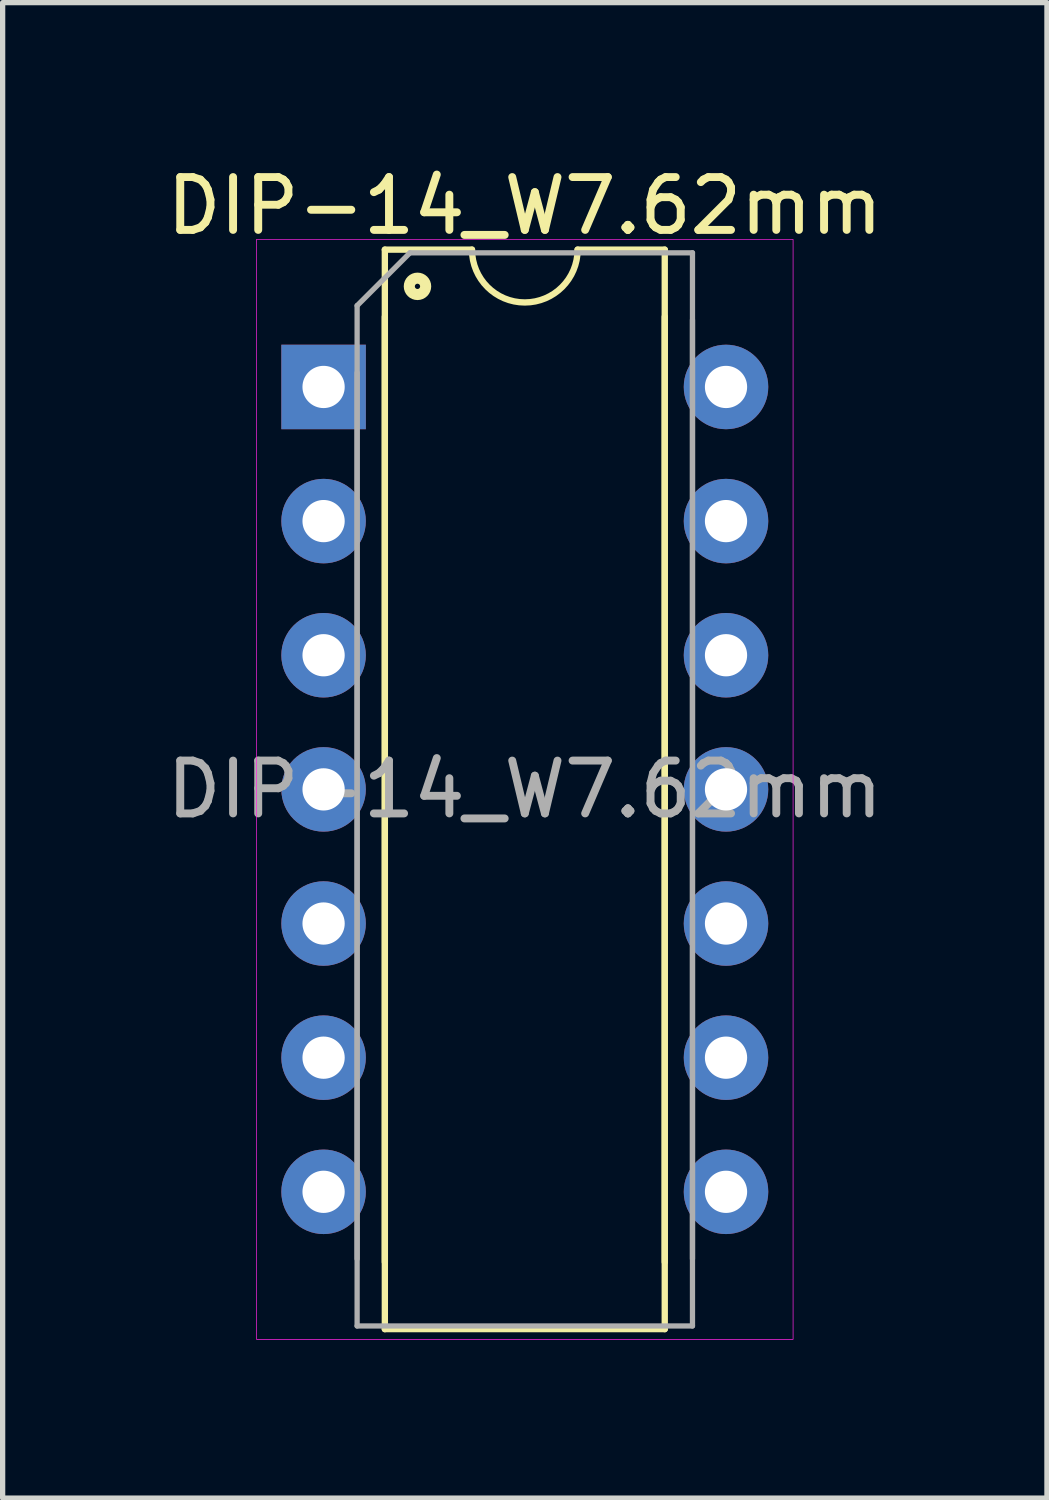
<source format=kicad_pcb>
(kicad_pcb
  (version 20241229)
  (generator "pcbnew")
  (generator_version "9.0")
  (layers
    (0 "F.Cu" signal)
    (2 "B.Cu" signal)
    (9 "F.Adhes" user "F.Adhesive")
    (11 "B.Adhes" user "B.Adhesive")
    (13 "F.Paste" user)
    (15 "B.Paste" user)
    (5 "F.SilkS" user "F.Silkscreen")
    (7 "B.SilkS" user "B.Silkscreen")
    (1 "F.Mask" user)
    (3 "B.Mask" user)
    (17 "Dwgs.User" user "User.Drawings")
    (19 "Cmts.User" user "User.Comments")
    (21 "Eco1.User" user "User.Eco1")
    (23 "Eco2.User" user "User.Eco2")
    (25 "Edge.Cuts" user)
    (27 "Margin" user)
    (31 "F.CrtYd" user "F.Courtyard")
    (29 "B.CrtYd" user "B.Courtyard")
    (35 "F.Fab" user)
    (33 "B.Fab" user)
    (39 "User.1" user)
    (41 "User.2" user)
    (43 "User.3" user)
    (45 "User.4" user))
  (footprint "DIP-14_W7.62mm"
    (layer "F.Cu")
    (at 3.077 4.277)
    (property "Reference" "DIP-14_W7.62mm" (at 3.81 -3.429 0) (layer "F.SilkS") (effects (font (size 1 1) (thickness 0.15))))
    (attr through_hole)
    (fp_line (start 1.16 -2.6) (end 1.16 17.84) (stroke (width 0.12) (type solid)) (layer "F.SilkS"))
    (fp_line (start 1.16 -1.33) (end 1.16 16.57) (stroke (width 0.12) (type solid)) (layer "F.SilkS"))
    (fp_line (start 1.16 17.84) (end 6.46 17.84) (stroke (width 0.12) (type solid)) (layer "F.SilkS"))
    (fp_line (start 2.81 -2.6) (end 1.16 -2.6) (stroke (width 0.12) (type solid)) (layer "F.SilkS"))
    (fp_line (start 6.46 -2.6) (end 4.81 -2.6) (stroke (width 0.12) (type solid)) (layer "F.SilkS"))
    (fp_line (start 6.46 16.57) (end 6.46 -1.33) (stroke (width 0.12) (type solid)) (layer "F.SilkS"))
    (fp_line (start 6.46 17.84) (end 6.46 -2.6) (stroke (width 0.12) (type solid)) (layer "F.SilkS"))
    (fp_arc (start 4.81 -2.6) (mid 3.81 -1.6) (end 2.81 -2.6) (stroke (width 0.12) (type solid)) (layer "F.SilkS"))
    (fp_circle (center 1.778 -1.905) (end 1.828 -1.905) (stroke (width 0.12) (type solid)) (fill no) (layer "F.SilkS"))
    (fp_circle (center 1.778 -1.905) (end 1.903 -1.905) (stroke (width 0.12) (type solid)) (fill no) (layer "F.SilkS"))
    (fp_circle (center 1.778 -1.905) (end 1.978 -1.905) (stroke (width 0.12) (type solid)) (fill no) (layer "F.SilkS"))
    (fp_rect (start -1.27 -2.794) (end 8.89 18.034) (stroke (width 0.013) (type solid)) (fill no) (layer "F.CrtYd"))
    (fp_line (start 0.635 -1.54) (end 1.635 -2.54) (stroke (width 0.1) (type solid)) (layer "F.Fab"))
    (fp_line (start 0.635 16.51) (end 0.635 -0.27) (stroke (width 0.1) (type solid)) (layer "F.Fab"))
    (fp_line (start 0.635 17.78) (end 0.635 -1.54) (stroke (width 0.1) (type solid)) (layer "F.Fab"))
    (fp_line (start 1.635 -2.54) (end 6.985 -2.54) (stroke (width 0.1) (type solid)) (layer "F.Fab"))
    (fp_line (start 6.985 -2.54) (end 6.985 17.78) (stroke (width 0.1) (type solid)) (layer "F.Fab"))
    (fp_line (start 6.985 -1.27) (end 6.985 16.51) (stroke (width 0.1) (type solid)) (layer "F.Fab"))
    (fp_line (start 6.985 17.78) (end 0.635 17.78) (stroke (width 0.1) (type solid)) (layer "F.Fab"))
    (fp_text user "${REFERENCE}" (at 3.81 7.62 0) (layer "F.Fab") (effects (font (size 1 1) (thickness 0.15))))
    (pad "1" thru_hole rect (at 0 0) (size 1.6 1.6) (drill 0.8) (layers "*.Cu" "*.Mask"))
    (pad "2" thru_hole oval (at 0 2.54) (size 1.6 1.6) (drill 0.8) (layers "*.Cu" "*.Mask"))
    (pad "3" thru_hole oval (at 0 5.08) (size 1.6 1.6) (drill 0.8) (layers "*.Cu" "*.Mask"))
    (pad "4" thru_hole oval (at 0 7.62) (size 1.6 1.6) (drill 0.8) (layers "*.Cu" "*.Mask"))
    (pad "5" thru_hole oval (at 0 10.16) (size 1.6 1.6) (drill 0.8) (layers "*.Cu" "*.Mask"))
    (pad "6" thru_hole oval (at 0 12.7) (size 1.6 1.6) (drill 0.8) (layers "*.Cu" "*.Mask"))
    (pad "7" thru_hole oval (at 0 15.24) (size 1.6 1.6) (drill 0.8) (layers "*.Cu" "*.Mask"))
    (pad "8" thru_hole oval (at 7.62 15.24) (size 1.6 1.6) (drill 0.8) (layers "*.Cu" "*.Mask"))
    (pad "9" thru_hole oval (at 7.62 12.7) (size 1.6 1.6) (drill 0.8) (layers "*.Cu" "*.Mask"))
    (pad "10" thru_hole oval (at 7.62 10.16) (size 1.6 1.6) (drill 0.8) (layers "*.Cu" "*.Mask"))
    (pad "11" thru_hole oval (at 7.62 7.62) (size 1.6 1.6) (drill 0.8) (layers "*.Cu" "*.Mask"))
    (pad "12" thru_hole oval (at 7.62 5.08) (size 1.6 1.6) (drill 0.8) (layers "*.Cu" "*.Mask"))
    (pad "13" thru_hole oval (at 7.62 2.54) (size 1.6 1.6) (drill 0.8) (layers "*.Cu" "*.Mask"))
    (pad "14" thru_hole oval (at 7.62 0) (size 1.6 1.6) (drill 0.8) (layers "*.Cu" "*.Mask")))
  (gr_rect
    (start -3 -3)
    (end 16.774 25.317)
    (stroke (width 0.1) (type default))
    (fill no)
    (layer "Edge.Cuts")))
</source>
